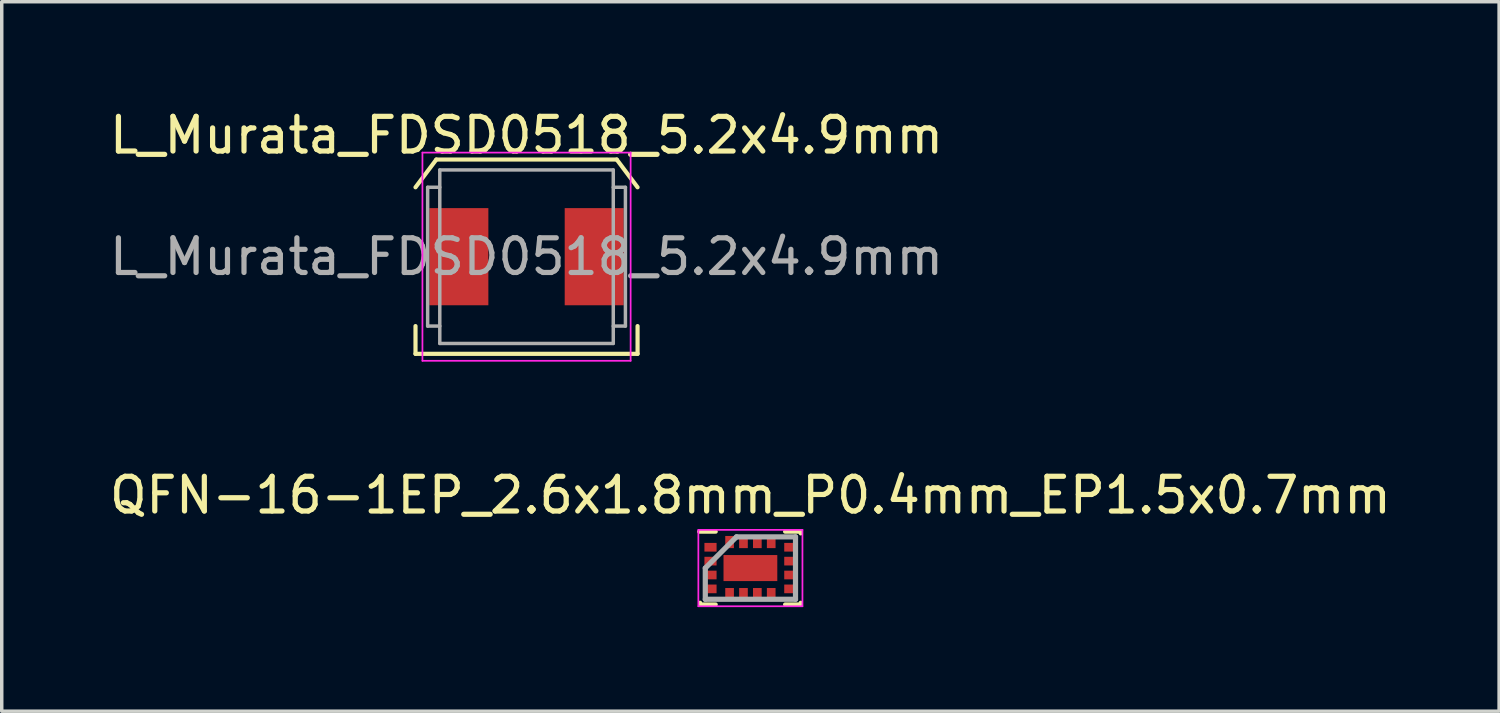
<source format=kicad_pcb>
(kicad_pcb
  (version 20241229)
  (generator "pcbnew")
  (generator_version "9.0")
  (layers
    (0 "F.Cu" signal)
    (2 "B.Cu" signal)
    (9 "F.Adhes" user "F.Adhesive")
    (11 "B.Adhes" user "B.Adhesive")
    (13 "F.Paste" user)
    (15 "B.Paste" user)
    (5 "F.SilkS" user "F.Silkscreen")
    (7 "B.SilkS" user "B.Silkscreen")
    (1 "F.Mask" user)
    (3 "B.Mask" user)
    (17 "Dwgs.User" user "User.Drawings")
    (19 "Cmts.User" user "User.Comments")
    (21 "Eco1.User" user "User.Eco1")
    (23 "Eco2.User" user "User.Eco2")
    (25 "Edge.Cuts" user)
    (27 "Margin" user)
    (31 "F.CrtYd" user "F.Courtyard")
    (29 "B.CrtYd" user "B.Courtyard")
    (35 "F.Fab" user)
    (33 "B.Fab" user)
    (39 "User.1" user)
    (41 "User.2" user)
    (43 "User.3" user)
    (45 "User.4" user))
  (footprint "L_Murata_FDSD0518_5.2x4.9mm"
    (layer "F.Cu")
    (at 12.125 4.348)
    (property "Reference" "L_Murata_FDSD0518_5.2x4.9mm" (at 0 -3.5 0) (layer "F.SilkS") (effects (font (size 1 1) (thickness 0.15))))
    (attr smd)
    (fp_line (start -3.2 2) (end -3.2 2.8) (stroke (width 0.12) (type solid)) (layer "F.SilkS"))
    (fp_line (start -3.2 2.8) (end 3.2 2.8) (stroke (width 0.12) (type solid)) (layer "F.SilkS"))
    (fp_line (start -2.6 -2.8) (end -3.2 -2) (stroke (width 0.12) (type solid)) (layer "F.SilkS"))
    (fp_line (start -2.6 -2.8) (end 2.6 -2.8) (stroke (width 0.12) (type solid)) (layer "F.SilkS"))
    (fp_line (start 2.6 -2.8) (end 3.2 -2) (stroke (width 0.12) (type solid)) (layer "F.SilkS"))
    (fp_line (start 3.2 2) (end 3.2 2.8) (stroke (width 0.12) (type solid)) (layer "F.SilkS"))
    (fp_line (start -3 -3) (end -3 3) (stroke (width 0.05) (type solid)) (layer "F.CrtYd"))
    (fp_line (start -3 3) (end 3 3) (stroke (width 0.05) (type solid)) (layer "F.CrtYd"))
    (fp_line (start 3 -3) (end -3 -3) (stroke (width 0.05) (type solid)) (layer "F.CrtYd"))
    (fp_line (start 3 3) (end 3 -3) (stroke (width 0.05) (type solid)) (layer "F.CrtYd"))
    (fp_line (start -2.85 -2) (end -2.85 2) (stroke (width 0.1) (type solid)) (layer "F.Fab"))
    (fp_line (start -2.85 -2) (end -2.5 -2) (stroke (width 0.1) (type solid)) (layer "F.Fab"))
    (fp_line (start -2.85 2) (end -2.5 2) (stroke (width 0.1) (type solid)) (layer "F.Fab"))
    (fp_line (start -2.5 -2.5) (end -2.5 2.5) (stroke (width 0.1) (type solid)) (layer "F.Fab"))
    (fp_line (start -2.5 -2.5) (end 2.5 -2.5) (stroke (width 0.1) (type solid)) (layer "F.Fab"))
    (fp_line (start -2.5 2.5) (end 2.5 2.5) (stroke (width 0.1) (type solid)) (layer "F.Fab"))
    (fp_line (start 2.5 -2.5) (end 2.5 2.5) (stroke (width 0.1) (type solid)) (layer "F.Fab"))
    (fp_line (start 2.85 -2) (end 2.5 -2) (stroke (width 0.1) (type solid)) (layer "F.Fab"))
    (fp_line (start 2.85 -2) (end 2.85 2) (stroke (width 0.1) (type solid)) (layer "F.Fab"))
    (fp_line (start 2.85 2) (end 2.5 2) (stroke (width 0.1) (type solid)) (layer "F.Fab"))
    (fp_text user "${REFERENCE}" (at 0 0 0) (layer "F.Fab") (effects (font (size 1 1) (thickness 0.15))))
    (pad "1" smd rect (at -1.95 0) (size 1.7 2.8) (layers "F.Cu" "F.Mask" "F.Paste"))
    (pad "2" smd rect (at 1.95 0) (size 1.7 2.8) (layers "F.Cu" "F.Mask" "F.Paste")))
  (footprint "QFN-16-1EP_2.6x1.8mm_P0.4mm_EP1.5x0.7mm"
    (layer "F.Cu")
    (at 18.577 13.322)
    (property "Reference" "QFN-16-1EP_2.6x1.8mm_P0.4mm_EP1.5x0.7mm" (at 0 -2.1 0) (layer "F.SilkS") (effects (font (size 1 1) (thickness 0.15))))
    (attr smd)
    (fp_line (start -1.45 1.05) (end -1.45 1) (stroke (width 0.12) (type solid)) (layer "F.SilkS"))
    (fp_line (start -1 -1.05) (end -1.475 -1.05) (stroke (width 0.12) (type solid)) (layer "F.SilkS"))
    (fp_line (start -1 1.05) (end -1.45 1.05) (stroke (width 0.12) (type solid)) (layer "F.SilkS"))
    (fp_line (start 1 -1.05) (end 1.45 -1.05) (stroke (width 0.12) (type solid)) (layer "F.SilkS"))
    (fp_line (start 1 1.05) (end 1.45 1.05) (stroke (width 0.12) (type solid)) (layer "F.SilkS"))
    (fp_line (start 1.45 -1.05) (end 1.45 -1) (stroke (width 0.12) (type solid)) (layer "F.SilkS"))
    (fp_line (start 1.45 1.05) (end 1.45 1) (stroke (width 0.12) (type solid)) (layer "F.SilkS"))
    (fp_line (start -1.5 -1.1) (end 1.5 -1.1) (stroke (width 0.05) (type solid)) (layer "F.CrtYd"))
    (fp_line (start -1.5 1.1) (end -1.5 -1.1) (stroke (width 0.05) (type solid)) (layer "F.CrtYd"))
    (fp_line (start 1.5 -1.1) (end 1.5 1.1) (stroke (width 0.05) (type solid)) (layer "F.CrtYd"))
    (fp_line (start 1.5 1.1) (end -1.5 1.1) (stroke (width 0.05) (type solid)) (layer "F.CrtYd"))
    (fp_line (start -1.3 0) (end -1.3 0.9) (stroke (width 0.15) (type solid)) (layer "F.Fab"))
    (fp_line (start -1.3 0.9) (end 1.3 0.9) (stroke (width 0.15) (type solid)) (layer "F.Fab"))
    (fp_line (start -0.4 -0.9) (end -1.3 0) (stroke (width 0.15) (type solid)) (layer "F.Fab"))
    (fp_line (start 1.3 -0.9) (end -0.4 -0.9) (stroke (width 0.15) (type solid)) (layer "F.Fab"))
    (fp_line (start 1.3 0.9) (end 1.3 -0.9) (stroke (width 0.15) (type solid)) (layer "F.Fab"))
    (pad "1" smd rect (at -0.6 0.75) (size 0.25 0.35) (layers "F.Cu" "F.Mask" "F.Paste"))
    (pad "2" smd rect (at -0.2 0.75) (size 0.25 0.35) (layers "F.Cu" "F.Mask" "F.Paste"))
    (pad "3" smd rect (at 0.2 0.75) (size 0.25 0.35) (layers "F.Cu" "F.Mask" "F.Paste"))
    (pad "4" smd rect (at 0.6 0.75) (size 0.25 0.35) (layers "F.Cu" "F.Mask" "F.Paste"))
    (pad "5" smd rect (at 1.15 0.6 90) (size 0.25 0.35) (layers "F.Cu" "F.Mask" "F.Paste"))
    (pad "6" smd rect (at 1.15 0.2 90) (size 0.25 0.35) (layers "F.Cu" "F.Mask" "F.Paste"))
    (pad "7" smd rect (at 1.15 -0.2 90) (size 0.25 0.35) (layers "F.Cu" "F.Mask" "F.Paste"))
    (pad "8" smd rect (at 1.15 -0.6 90) (size 0.25 0.35) (layers "F.Cu" "F.Mask" "F.Paste"))
    (pad "9" smd rect (at 0.6 -0.75) (size 0.25 0.35) (layers "F.Cu" "F.Mask" "F.Paste"))
    (pad "10" smd rect (at 0.2 -0.75) (size 0.25 0.35) (layers "F.Cu" "F.Mask" "F.Paste"))
    (pad "11" smd rect (at -0.2 -0.75) (size 0.25 0.35) (layers "F.Cu" "F.Mask" "F.Paste"))
    (pad "12" smd rect (at -0.6 -0.75) (size 0.25 0.35) (layers "F.Cu" "F.Mask" "F.Paste"))
    (pad "13" smd rect (at -1.15 -0.6 90) (size 0.25 0.35) (layers "F.Cu" "F.Mask" "F.Paste"))
    (pad "14" smd rect (at -1.15 -0.2 90) (size 0.25 0.35) (layers "F.Cu" "F.Mask" "F.Paste"))
    (pad "15" smd rect (at -1.15 0.2 90) (size 0.25 0.35) (layers "F.Cu" "F.Mask" "F.Paste"))
    (pad "16" smd rect (at -1.15 0.6 90) (size 0.25 0.35) (layers "F.Cu" "F.Mask" "F.Paste"))
    (pad "17" smd rect (at 0 0) (size 1.55 0.75) (layers "F.Cu" "F.Mask" "F.Paste")))
  (gr_rect
    (start -3 -3)
    (end 40.155 17.447)
    (stroke (width 0.1) (type default))
    (fill no)
    (layer "Edge.Cuts")))
</source>
